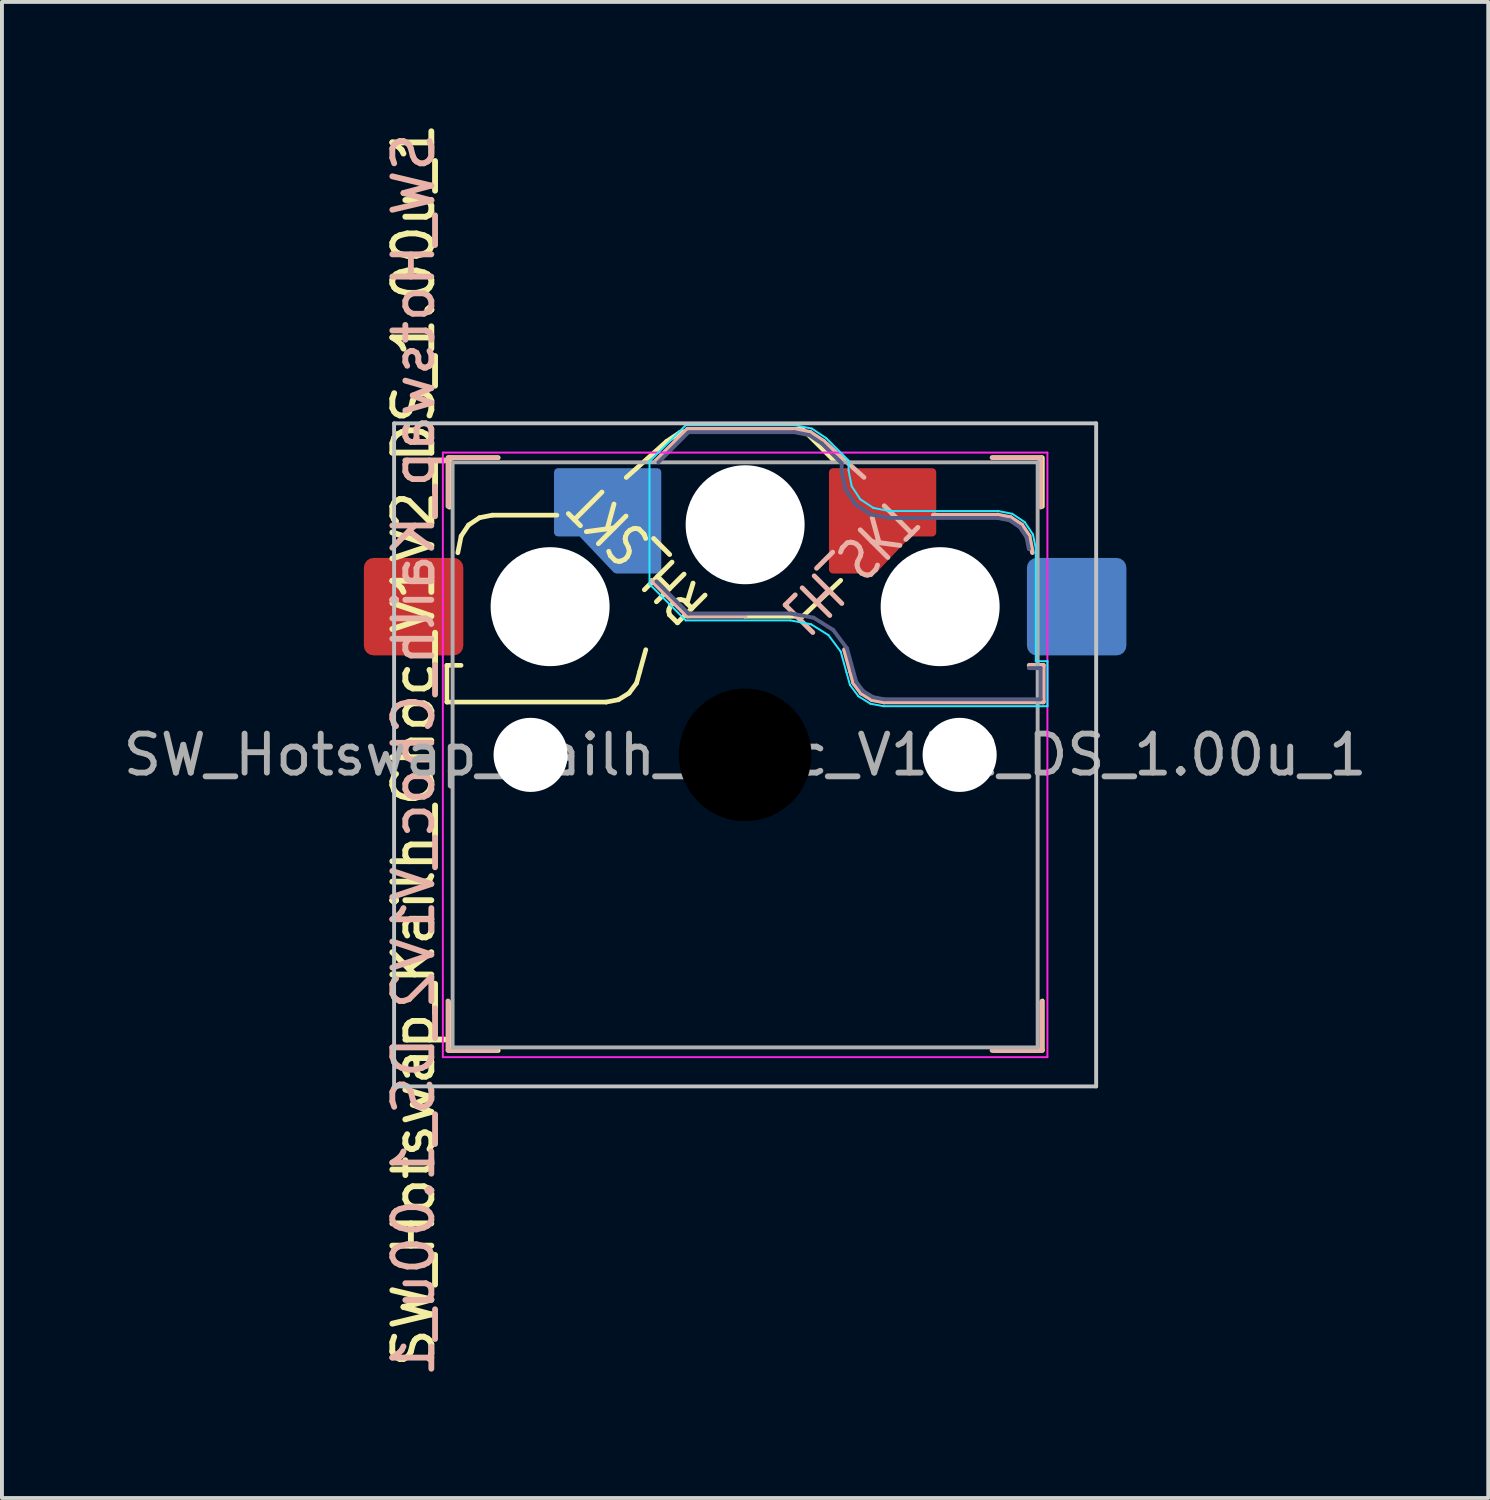
<source format=kicad_pcb>
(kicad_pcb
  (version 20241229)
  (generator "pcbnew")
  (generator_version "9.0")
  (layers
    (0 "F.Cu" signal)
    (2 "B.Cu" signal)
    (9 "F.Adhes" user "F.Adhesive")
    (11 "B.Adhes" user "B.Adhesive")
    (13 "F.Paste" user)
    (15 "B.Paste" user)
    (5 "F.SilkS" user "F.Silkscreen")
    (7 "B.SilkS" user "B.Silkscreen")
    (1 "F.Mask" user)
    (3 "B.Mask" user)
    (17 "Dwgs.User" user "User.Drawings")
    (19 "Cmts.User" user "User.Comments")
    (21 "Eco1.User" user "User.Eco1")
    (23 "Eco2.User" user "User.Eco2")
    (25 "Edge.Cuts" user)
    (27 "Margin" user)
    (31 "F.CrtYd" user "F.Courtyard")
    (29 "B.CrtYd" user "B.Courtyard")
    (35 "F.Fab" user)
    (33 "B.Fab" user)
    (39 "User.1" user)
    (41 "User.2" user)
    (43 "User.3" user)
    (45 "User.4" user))
  (footprint "SW_Hotswap_Kailh_Choc_V1V2_DS_1.00u_1"
    (layer "F.Cu")
    (at 16.054 16.304)
    (property "Reference" "SW_Hotswap_Kailh_Choc_V1V2_DS_1.00u_1" (at -8.5 0 90) (unlocked yes) (layer "B.SilkS") (effects (font (size 1 1) (thickness 0.15)) (justify mirror)))
    (attr smd)
    (fp_line (start -7.646 -2.296) (end -7.646 -1.354) (stroke (width 0.12) (type solid)) (layer "F.SilkS"))
    (fp_line (start -7.646 -1.354) (end -3.56 -1.354) (stroke (width 0.12) (type solid)) (layer "F.SilkS"))
    (fp_line (start -7.6 6.33) (end -7.6 7.58) (stroke (width 0.12) (type solid)) (layer "F.SilkS"))
    (fp_line (start -7.58 -7.62) (end -7.58 -6.37) (stroke (width 0.12) (type solid)) (layer "F.SilkS"))
    (fp_line (start -7.58 -7.6) (end -7.58 -6.35) (stroke (width 0.12) (type solid)) (layer "F.SilkS"))
    (fp_line (start -7.58 7.58) (end -6.33 7.58) (stroke (width 0.12) (type solid)) (layer "F.SilkS"))
    (fp_line (start -7.283 -2.296) (end -7.646 -2.296) (stroke (width 0.12) (type solid)) (layer "F.SilkS"))
    (fp_line (start -7.281 -5.609) (end -7.366 -5.182) (stroke (width 0.12) (type solid)) (layer "F.SilkS"))
    (fp_line (start -7.092 -5.892) (end -7.281 -5.609) (stroke (width 0.12) (type solid)) (layer "F.SilkS"))
    (fp_line (start -6.809 -6.081) (end -7.092 -5.892) (stroke (width 0.12) (type solid)) (layer "F.SilkS"))
    (fp_line (start -6.482 -6.146) (end -6.809 -6.081) (stroke (width 0.12) (type solid)) (layer "F.SilkS"))
    (fp_line (start -6.33 -7.62) (end -7.58 -7.62) (stroke (width 0.12) (type solid)) (layer "F.SilkS"))
    (fp_line (start -4.826 -6.146) (end -6.482 -6.146) (stroke (width 0.12) (type solid)) (layer "F.SilkS"))
    (fp_line (start -3.56 -1.354) (end -3.25 -1.413) (stroke (width 0.12) (type solid)) (layer "F.SilkS"))
    (fp_line (start -3.25 -1.413) (end -2.976 -1.583) (stroke (width 0.12) (type solid)) (layer "F.SilkS"))
    (fp_line (start -2.976 -1.583) (end -2.783 -1.841) (stroke (width 0.12) (type solid)) (layer "F.SilkS"))
    (fp_line (start -2.783 -1.841) (end -2.701 -2.139) (stroke (width 0.12) (type solid)) (layer "F.SilkS"))
    (fp_line (start -2.701 -2.139) (end -2.547 -2.697) (stroke (width 0.12) (type solid)) (layer "F.SilkS"))
    (fp_line (start -2.013 -8.037) (end -3.048 -7.112) (stroke (width 0.12) (type solid)) (layer "F.SilkS"))
    (fp_line (start -1.671 -8.266) (end -2.013 -8.037) (stroke (width 0.12) (type solid)) (layer "F.SilkS"))
    (fp_line (start -1.268 -8.346) (end -1.671 -8.266) (stroke (width 0.12) (type solid)) (layer "F.SilkS"))
    (fp_line (start 0 -3.554) (end 1.479 -3.554) (stroke (width 0.12) (type solid)) (layer "F.SilkS"))
    (fp_line (start 1.479 -8.346) (end -1.268 -8.346) (stroke (width 0.12) (type solid)) (layer "F.SilkS"))
    (fp_line (start 1.479 -3.554) (end 2.45 -4.475) (stroke (width 0.12) (type solid)) (layer "F.SilkS"))
    (fp_line (start 2.3 -7.525) (end 1.479 -8.346) (stroke (width 0.12) (type solid)) (layer "F.SilkS"))
    (fp_line (start 6.37 7.58) (end 7.62 7.58) (stroke (width 0.12) (type solid)) (layer "F.SilkS"))
    (fp_line (start 7.6 -7.62) (end 6.35 -7.62) (stroke (width 0.12) (type solid)) (layer "F.SilkS"))
    (fp_line (start 7.62 -6.37) (end 7.62 -7.62) (stroke (width 0.12) (type solid)) (layer "F.SilkS"))
    (fp_line (start 7.62 7.56) (end 7.62 6.31) (stroke (width 0.12) (type solid)) (layer "F.SilkS"))
    (fp_line (start -7.62 -6.372) (end -7.62 -7.622) (stroke (width 0.12) (type solid)) (layer "B.SilkS"))
    (fp_line (start -7.62 7.558) (end -7.62 6.308) (stroke (width 0.12) (type solid)) (layer "B.SilkS"))
    (fp_line (start -7.6 -7.622) (end -6.35 -7.622) (stroke (width 0.12) (type solid)) (layer "B.SilkS"))
    (fp_line (start -6.37 7.578) (end -7.62 7.578) (stroke (width 0.12) (type solid)) (layer "B.SilkS"))
    (fp_line (start -2.3 -7.525) (end -1.479 -8.348) (stroke (width 0.12) (type solid)) (layer "B.SilkS"))
    (fp_line (start -1.479 -8.348) (end 1.268 -8.348) (stroke (width 0.12) (type solid)) (layer "B.SilkS"))
    (fp_line (start -1.479 -3.556) (end -2.4 -4.475) (stroke (width 0.12) (type solid)) (layer "B.SilkS"))
    (fp_line (start 0 -3.556) (end -1.479 -3.556) (stroke (width 0.12) (type solid)) (layer "B.SilkS"))
    (fp_line (start 1.268 -8.348) (end 1.671 -8.268) (stroke (width 0.12) (type solid)) (layer "B.SilkS"))
    (fp_line (start 1.671 -8.268) (end 2.013 -8.039) (stroke (width 0.12) (type solid)) (layer "B.SilkS"))
    (fp_line (start 2.013 -8.039) (end 3.048 -7.114) (stroke (width 0.12) (type solid)) (layer "B.SilkS"))
    (fp_line (start 2.701 -2.141) (end 2.547 -2.699) (stroke (width 0.12) (type solid)) (layer "B.SilkS"))
    (fp_line (start 2.783 -1.843) (end 2.701 -2.141) (stroke (width 0.12) (type solid)) (layer "B.SilkS"))
    (fp_line (start 2.976 -1.585) (end 2.783 -1.843) (stroke (width 0.12) (type solid)) (layer "B.SilkS"))
    (fp_line (start 3.25 -1.415) (end 2.976 -1.585) (stroke (width 0.12) (type solid)) (layer "B.SilkS"))
    (fp_line (start 3.56 -1.356) (end 3.25 -1.415) (stroke (width 0.12) (type solid)) (layer "B.SilkS"))
    (fp_line (start 4.826 -6.148) (end 6.482 -6.148) (stroke (width 0.12) (type solid)) (layer "B.SilkS"))
    (fp_line (start 6.33 -7.622) (end 7.58 -7.622) (stroke (width 0.12) (type solid)) (layer "B.SilkS"))
    (fp_line (start 6.482 -6.148) (end 6.809 -6.083) (stroke (width 0.12) (type solid)) (layer "B.SilkS"))
    (fp_line (start 6.809 -6.083) (end 7.092 -5.894) (stroke (width 0.12) (type solid)) (layer "B.SilkS"))
    (fp_line (start 7.092 -5.894) (end 7.281 -5.611) (stroke (width 0.12) (type solid)) (layer "B.SilkS"))
    (fp_line (start 7.281 -5.611) (end 7.366 -5.184) (stroke (width 0.12) (type solid)) (layer "B.SilkS"))
    (fp_line (start 7.283 -2.298) (end 7.646 -2.298) (stroke (width 0.12) (type solid)) (layer "B.SilkS"))
    (fp_line (start 7.58 -7.622) (end 7.58 -6.372) (stroke (width 0.12) (type solid)) (layer "B.SilkS"))
    (fp_line (start 7.58 -7.602) (end 7.58 -6.352) (stroke (width 0.12) (type solid)) (layer "B.SilkS"))
    (fp_line (start 7.58 7.578) (end 6.33 7.578) (stroke (width 0.12) (type solid)) (layer "B.SilkS"))
    (fp_line (start 7.6 6.328) (end 7.6 7.578) (stroke (width 0.12) (type solid)) (layer "B.SilkS"))
    (fp_line (start 7.646 -2.298) (end 7.646 -1.356) (stroke (width 0.12) (type solid)) (layer "B.SilkS"))
    (fp_line (start 7.646 -1.356) (end 3.56 -1.356) (stroke (width 0.12) (type solid)) (layer "B.SilkS"))
    (fp_line (start -9 -8.5) (end -9 8.5) (stroke (width 0.1) (type solid)) (layer "Dwgs.User"))
    (fp_line (start -9 8.5) (end 9 8.5) (stroke (width 0.1) (type solid)) (layer "Dwgs.User"))
    (fp_line (start 9 -8.5) (end -9 -8.5) (stroke (width 0.1) (type solid)) (layer "Dwgs.User"))
    (fp_line (start 9 8.5) (end 9 -8.5) (stroke (width 0.1) (type solid)) (layer "Dwgs.User"))
    (fp_line (start -7.25 -7.25) (end -7.25 7.25) (stroke (width 0.1) (type solid)) (layer "Eco1.User"))
    (fp_line (start -7.25 7.25) (end 7.25 7.25) (stroke (width 0.1) (type solid)) (layer "Eco1.User"))
    (fp_line (start 7.25 -7.25) (end -7.25 -7.25) (stroke (width 0.1) (type solid)) (layer "Eco1.User"))
    (fp_line (start 7.25 7.25) (end 7.25 -7.25) (stroke (width 0.1) (type solid)) (layer "Eco1.User"))
    (fp_line (start -2.452 -7.523) (end -1.523 -8.452) (stroke (width 0.05) (type solid)) (layer "B.CrtYd"))
    (fp_line (start -2.452 -4.377) (end -2.452 -7.523) (stroke (width 0.05) (type solid)) (layer "B.CrtYd"))
    (fp_line (start -1.523 -8.452) (end 1.278 -8.452) (stroke (width 0.05) (type solid)) (layer "B.CrtYd"))
    (fp_line (start -1.523 -3.448) (end -2.452 -4.377) (stroke (width 0.05) (type solid)) (layer "B.CrtYd"))
    (fp_line (start 1.159 -3.448) (end -1.523 -3.448) (stroke (width 0.05) (type solid)) (layer "B.CrtYd"))
    (fp_line (start 1.278 -8.452) (end 1.712 -8.366) (stroke (width 0.05) (type solid)) (layer "B.CrtYd"))
    (fp_line (start 1.691 -3.348) (end 1.159 -3.448) (stroke (width 0.05) (type solid)) (layer "B.CrtYd"))
    (fp_line (start 1.712 -8.366) (end 2.081 -8.119) (stroke (width 0.05) (type solid)) (layer "B.CrtYd"))
    (fp_line (start 2.081 -8.119) (end 2.652 -7.548) (stroke (width 0.05) (type solid)) (layer "B.CrtYd"))
    (fp_line (start 2.136 -3.071) (end 1.691 -3.348) (stroke (width 0.05) (type solid)) (layer "B.CrtYd"))
    (fp_line (start 2.45 -2.65) (end 2.136 -3.071) (stroke (width 0.05) (type solid)) (layer "B.CrtYd"))
    (fp_line (start 2.599 -2.111) (end 2.45 -2.65) (stroke (width 0.05) (type solid)) (layer "B.CrtYd"))
    (fp_line (start 2.652 -7.548) (end 2.652 -7.292) (stroke (width 0.05) (type solid)) (layer "B.CrtYd"))
    (fp_line (start 2.652 -7.292) (end 2.733 -6.885) (stroke (width 0.05) (type solid)) (layer "B.CrtYd"))
    (fp_line (start 2.687 -1.794) (end 2.599 -2.111) (stroke (width 0.05) (type solid)) (layer "B.CrtYd"))
    (fp_line (start 2.733 -6.885) (end 2.953 -6.553) (stroke (width 0.05) (type solid)) (layer "B.CrtYd"))
    (fp_line (start 2.903 -1.503) (end 2.687 -1.794) (stroke (width 0.05) (type solid)) (layer "B.CrtYd"))
    (fp_line (start 2.953 -6.553) (end 3.285 -6.333) (stroke (width 0.05) (type solid)) (layer "B.CrtYd"))
    (fp_line (start 3.211 -1.312) (end 2.903 -1.503) (stroke (width 0.05) (type solid)) (layer "B.CrtYd"))
    (fp_line (start 3.285 -6.333) (end 3.692 -6.252) (stroke (width 0.05) (type solid)) (layer "B.CrtYd"))
    (fp_line (start 3.55 -1.248) (end 3.211 -1.312) (stroke (width 0.05) (type solid)) (layer "B.CrtYd"))
    (fp_line (start 3.692 -6.252) (end 6.492 -6.252) (stroke (width 0.05) (type solid)) (layer "B.CrtYd"))
    (fp_line (start 6.492 -6.252) (end 6.85 -6.181) (stroke (width 0.05) (type solid)) (layer "B.CrtYd"))
    (fp_line (start 6.85 -6.181) (end 7.168 -5.968) (stroke (width 0.05) (type solid)) (layer "B.CrtYd"))
    (fp_line (start 7.168 -5.968) (end 7.381 -5.65) (stroke (width 0.05) (type solid)) (layer "B.CrtYd"))
    (fp_line (start 7.381 -5.65) (end 7.452 -5.292) (stroke (width 0.05) (type solid)) (layer "B.CrtYd"))
    (fp_line (start 7.452 -5.292) (end 7.452 -2.402) (stroke (width 0.05) (type solid)) (layer "B.CrtYd"))
    (fp_line (start 7.452 -2.402) (end 7.752 -2.402) (stroke (width 0.05) (type solid)) (layer "B.CrtYd"))
    (fp_line (start 7.752 -2.402) (end 7.752 -1.248) (stroke (width 0.05) (type solid)) (layer "B.CrtYd"))
    (fp_line (start 7.752 -1.248) (end 3.55 -1.248) (stroke (width 0.05) (type solid)) (layer "B.CrtYd"))
    (fp_line (start -7.75 -7.75) (end -7.75 7.75) (stroke (width 0.05) (type solid)) (layer "F.CrtYd"))
    (fp_line (start -7.75 7.75) (end 7.75 7.75) (stroke (width 0.05) (type solid)) (layer "F.CrtYd"))
    (fp_line (start 7.75 -7.75) (end -7.75 -7.75) (stroke (width 0.05) (type solid)) (layer "F.CrtYd"))
    (fp_line (start 7.75 7.75) (end 7.75 -7.75) (stroke (width 0.05) (type solid)) (layer "F.CrtYd"))
    (fp_line (start -2.225 -7.5) (end -1.475 -8.25) (stroke (width 0.1) (type solid)) (layer "B.Fab"))
    (fp_line (start -1.45 -8.275) (end 1.261 -8.275) (stroke (width 0.1) (type solid)) (layer "B.Fab"))
    (fp_line (start -1.45 -3.625) (end -2.275 -4.45) (stroke (width 0.1) (type solid)) (layer "B.Fab"))
    (fp_line (start 1.175 -3.625) (end -1.45 -3.625) (stroke (width 0.1) (type solid)) (layer "B.Fab"))
    (fp_line (start 1.261 -8.275) (end 1.643 -8.199) (stroke (width 0.1) (type solid)) (layer "B.Fab"))
    (fp_line (start 1.643 -8.199) (end 1.968 -7.982) (stroke (width 0.1) (type solid)) (layer "B.Fab"))
    (fp_line (start 1.756 -3.516) (end 1.175 -3.625) (stroke (width 0.1) (type solid)) (layer "B.Fab"))
    (fp_line (start 1.968 -7.982) (end 2.475 -7.475) (stroke (width 0.1) (type solid)) (layer "B.Fab"))
    (fp_line (start 2.258 -3.203) (end 1.756 -3.516) (stroke (width 0.1) (type solid)) (layer "B.Fab"))
    (fp_line (start 2.475 -7.475) (end 2.475 -7.275) (stroke (width 0.1) (type solid)) (layer "B.Fab"))
    (fp_line (start 2.475 -7.275) (end 2.566 -6.816) (stroke (width 0.1) (type solid)) (layer "B.Fab"))
    (fp_line (start 2.566 -6.816) (end 2.826 -6.426) (stroke (width 0.1) (type solid)) (layer "B.Fab"))
    (fp_line (start 2.612 -2.729) (end 2.258 -3.203) (stroke (width 0.1) (type solid)) (layer "B.Fab"))
    (fp_line (start 2.769 -2.158) (end 2.612 -2.729) (stroke (width 0.1) (type solid)) (layer "B.Fab"))
    (fp_line (start 2.826 -6.426) (end 3.216 -6.166) (stroke (width 0.1) (type solid)) (layer "B.Fab"))
    (fp_line (start 2.848 -1.873) (end 2.769 -2.158) (stroke (width 0.1) (type solid)) (layer "B.Fab"))
    (fp_line (start 3.025 -1.636) (end 2.848 -1.873) (stroke (width 0.1) (type solid)) (layer "B.Fab"))
    (fp_line (start 3.216 -6.166) (end 3.675 -6.075) (stroke (width 0.1) (type solid)) (layer "B.Fab"))
    (fp_line (start 3.276 -1.48) (end 3.025 -1.636) (stroke (width 0.1) (type solid)) (layer "B.Fab"))
    (fp_line (start 3.567 -1.425) (end 3.276 -1.48) (stroke (width 0.1) (type solid)) (layer "B.Fab"))
    (fp_line (start 3.675 -6.075) (end 6.475 -6.075) (stroke (width 0.1) (type solid)) (layer "B.Fab"))
    (fp_line (start 6.475 -6.075) (end 6.781 -6.014) (stroke (width 0.1) (type solid)) (layer "B.Fab"))
    (fp_line (start 6.781 -6.014) (end 7.041 -5.841) (stroke (width 0.1) (type solid)) (layer "B.Fab"))
    (fp_line (start 7.041 -5.841) (end 7.214 -5.581) (stroke (width 0.1) (type solid)) (layer "B.Fab"))
    (fp_line (start 7.214 -5.581) (end 7.275 -5.275) (stroke (width 0.1) (type solid)) (layer "B.Fab"))
    (fp_line (start 7.275 -2.225) (end 7.575 -2.225) (stroke (width 0.1) (type solid)) (layer "B.Fab"))
    (fp_line (start 7.575 -2.225) (end 7.575 -1.425) (stroke (width 0.1) (type solid)) (layer "B.Fab"))
    (fp_line (start 7.575 -1.425) (end 3.567 -1.425) (stroke (width 0.1) (type solid)) (layer "B.Fab"))
    (fp_line (start -7.5 -7.5) (end -7.5 7.5) (stroke (width 0.1) (type solid)) (layer "F.Fab"))
    (fp_line (start -7.5 7.5) (end 7.5 7.5) (stroke (width 0.1) (type solid)) (layer "F.Fab"))
    (fp_line (start 7.5 -7.5) (end -7.5 -7.5) (stroke (width 0.1) (type solid)) (layer "F.Fab"))
    (fp_line (start 7.5 7.5) (end 7.5 -7.5) (stroke (width 0.1) (type solid)) (layer "F.Fab"))
    (fp_text user "${REFERENCE}" (at -8.5 -0.25 90) (layer "F.SilkS") (effects (font (size 1 1) (thickness 0.15))))
    (fp_text user "RH_SKT" (at -0.75 -4 135) (unlocked yes) (layer "F.SilkS") (effects (font (size 1 0.762) (thickness 0.125)) (justify left bottom)))
    (fp_text user "LH_SKT" (at 0.75 -3.75 225) (unlocked yes) (layer "B.SilkS") (effects (font (size 1 0.762) (thickness 0.125)) (justify left bottom mirror)))
    (fp_text user "${REFERENCE}" (at 0 0 0) (layer "F.Fab") (effects (font (size 1 1) (thickness 0.15))))
    (pad "" np_thru_hole circle (at -5.5 0) (size 1.9 1.9) (drill 1.9) (layers "*.Cu" "*.Mask"))
    (pad "" np_thru_hole circle (at -5 -3.8) (size 3.05 3.05) (drill 3.05) (layers "*.Cu" "*.Mask"))
    (pad "" np_thru_hole circle (at 0 -5.9) (size 3.05 3.05) (drill 3.05) (layers "*.Cu" "*.Mask"))
    (pad "" np_thru_hole circle (at 0 0) (size 3.4 3.4) (drill 3.4) (layers "*.Mask"))
    (pad "" np_thru_hole circle (at 5 -3.8) (size 3.05 3.05) (drill 3.05) (layers "*.Cu" "*.Mask"))
    (pad "" np_thru_hole circle (at 5.5 0) (size 1.9 1.9) (drill 1.9) (layers "*.Cu" "*.Mask"))
    (pad "1" smd custom (at -3.5 -6 180) (size 1 1) (layers "B.Cu" "B.Mask" "B.Paste") (options (anchor rect)) (primitives (gr_poly (pts (xy -1.25 -1.25) (xy -1.25 1.25) (xy 1.3 1.25) (xy 1.3 -0.3) (xy 0.7 -0.3) (xy -0.2 -1.25)) (width 0.2) (fill yes))))
    (pad "1" smd custom (at 3.5 -6) (size 1 1) (layers "F.Cu" "F.Mask" "F.Paste") (options (anchor rect)) (primitives (gr_poly (pts (xy -1.25 1.25) (xy -1.25 -1.25) (xy 1.3 -1.25) (xy 1.3 0.3) (xy 0.7 0.3) (xy -0.2 1.25)) (width 0.2) (fill yes))))
    (pad "2" smd roundrect (at -8.5 -3.8) (size 2.55 2.5) (layers "F.Cu" "F.Mask" "F.Paste") (roundrect_rratio 0.1))
    (pad "2" smd roundrect (at 8.5 -3.8) (size 2.55 2.5) (layers "B.Cu" "B.Mask" "B.Paste") (roundrect_rratio 0.1)))
  (gr_rect
    (start -3 -3)
    (end 35.107 35.357)
    (stroke (width 0.1) (type default))
    (fill no)
    (layer "Edge.Cuts")))
</source>
